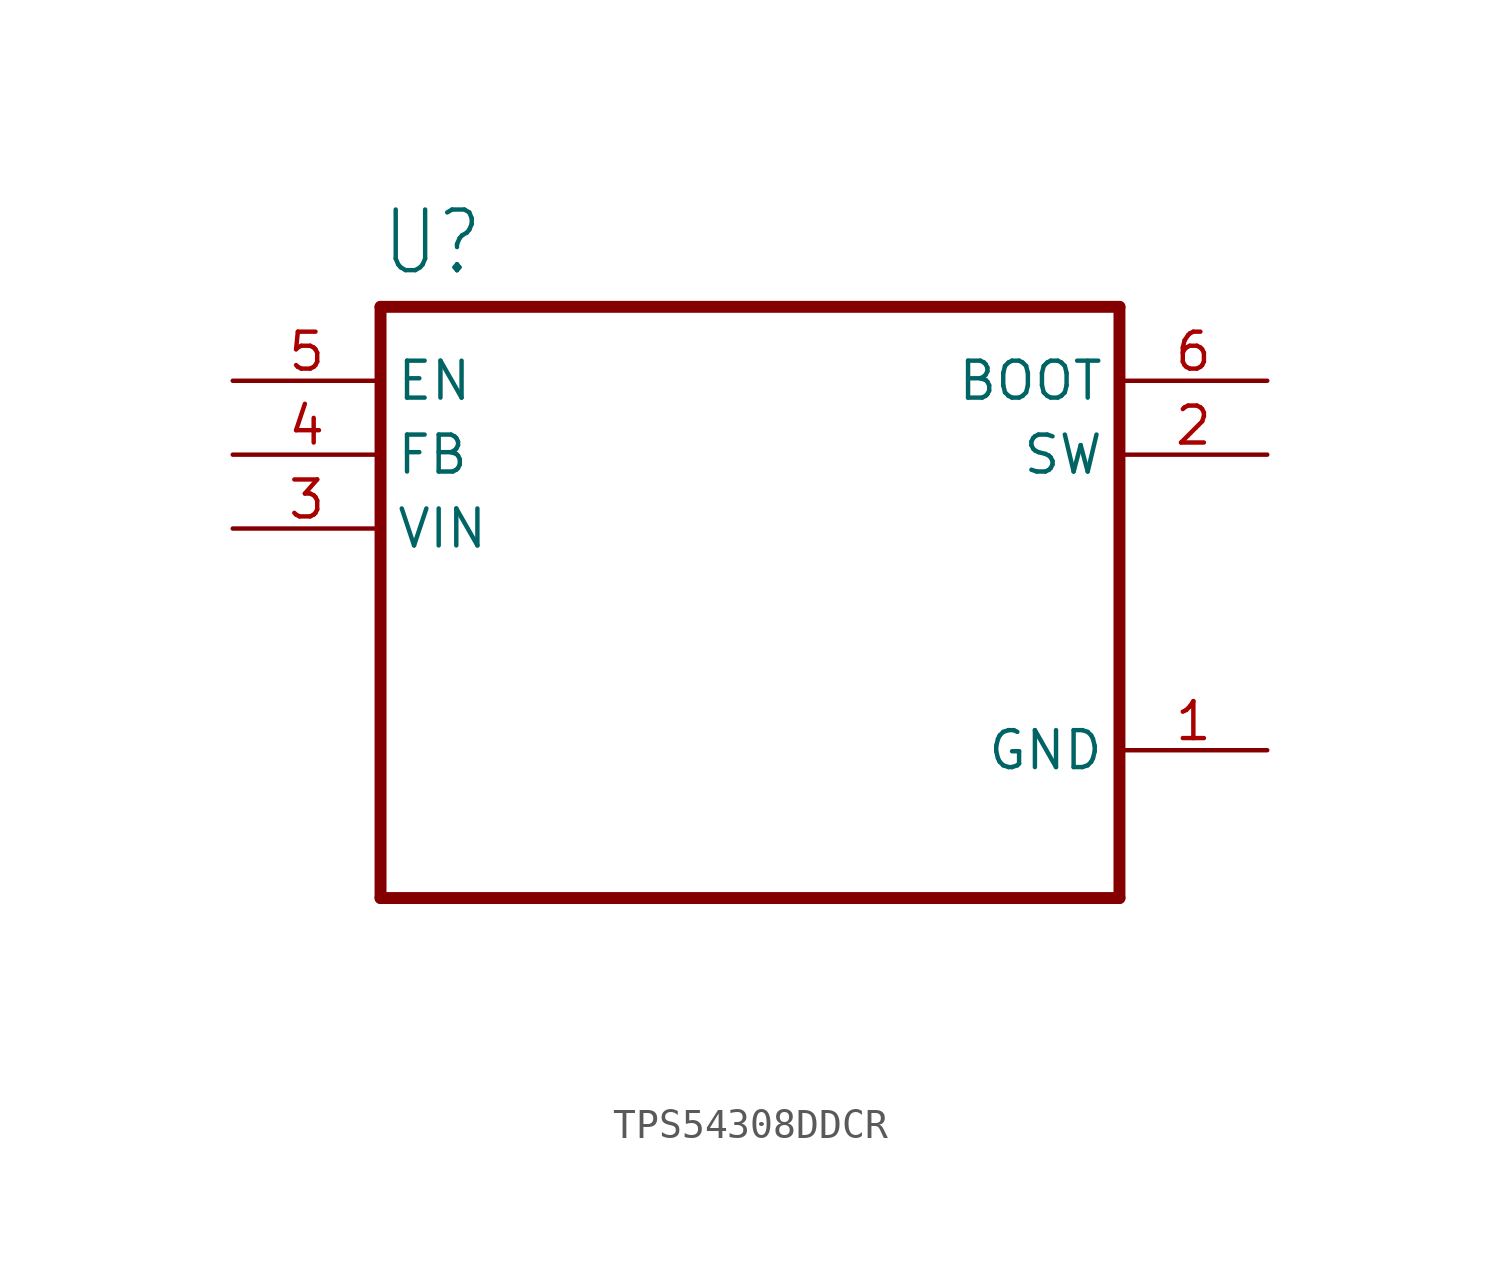
<source format=kicad_sym>
(kicad_symbol_lib
  (version 20220914)
  (generator kicad_symbol_editor)
  (symbol "TPS54308DDCR"
    (property "Reference" "U"
      (at -12.7 11.16 0)
      (effects (font (size 2.083 1.77)) (justify left bottom)))
    (property "Value" ""
      (at -12.7 -14.16 0)
      (effects (font (size 2.083 1.77)) (justify left bottom)))
    (property "ki_locked" ""
      (at 0 0 0)
      (effects (font (size 1.27 1.27))))
    (symbol "TPS54308DDCR_1_0"
      (polyline (pts (xy -12.7 -10.16) (xy -12.7 10.16)) (stroke (width 0.41) (type solid)) (fill (type none)))
      (polyline (pts (xy -12.7 10.16) (xy 12.7 10.16)) (stroke (width 0.41) (type solid)) (fill (type none)))
      (polyline (pts (xy 12.7 -10.16) (xy -12.7 -10.16)) (stroke (width 0.41) (type solid)) (fill (type none)))
      (polyline (pts (xy 12.7 10.16) (xy 12.7 -10.16)) (stroke (width 0.41) (type solid)) (fill (type none)))
      (pin power_in line (at 17.78 -5.08 180) (length 5.08) (name "GND" (effects (font (size 1.27 1.27)))) (number "1" (effects (font (size 1.27 1.27)))))
      (pin output line (at 17.78 5.08 180) (length 5.08) (name "SW" (effects (font (size 1.27 1.27)))) (number "2" (effects (font (size 1.27 1.27)))))
      (pin input line (at -17.78 2.54 0) (length 5.08) (name "VIN" (effects (font (size 1.27 1.27)))) (number "3" (effects (font (size 1.27 1.27)))))
      (pin input line (at -17.78 5.08 0) (length 5.08) (name "FB" (effects (font (size 1.27 1.27)))) (number "4" (effects (font (size 1.27 1.27)))))
      (pin input line (at -17.78 7.62 0) (length 5.08) (name "EN" (effects (font (size 1.27 1.27)))) (number "5" (effects (font (size 1.27 1.27)))))
      (pin output line (at 17.78 7.62 180) (length 5.08) (name "BOOT" (effects (font (size 1.27 1.27)))) (number "6" (effects (font (size 1.27 1.27))))))))
</source>
